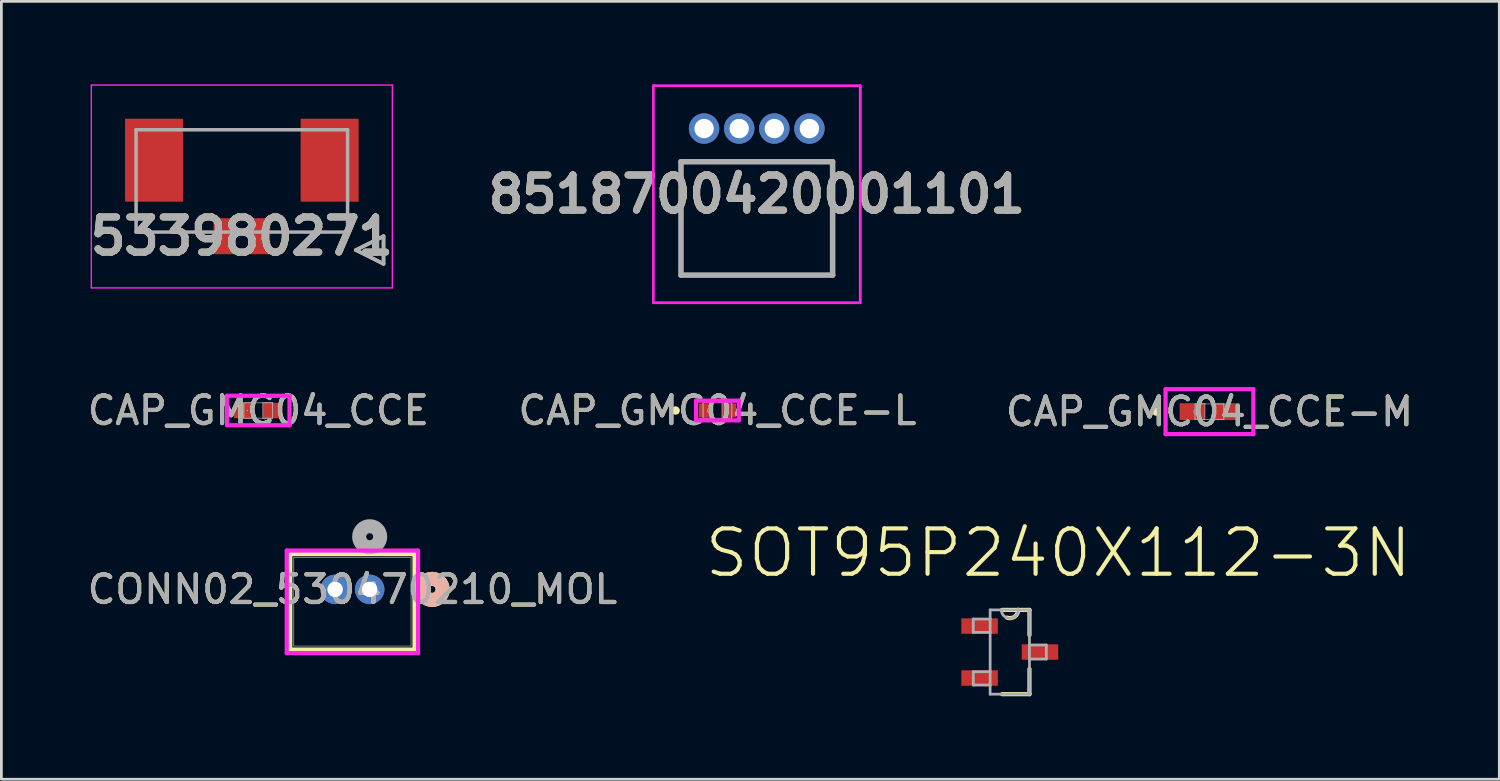
<source format=kicad_pcb>
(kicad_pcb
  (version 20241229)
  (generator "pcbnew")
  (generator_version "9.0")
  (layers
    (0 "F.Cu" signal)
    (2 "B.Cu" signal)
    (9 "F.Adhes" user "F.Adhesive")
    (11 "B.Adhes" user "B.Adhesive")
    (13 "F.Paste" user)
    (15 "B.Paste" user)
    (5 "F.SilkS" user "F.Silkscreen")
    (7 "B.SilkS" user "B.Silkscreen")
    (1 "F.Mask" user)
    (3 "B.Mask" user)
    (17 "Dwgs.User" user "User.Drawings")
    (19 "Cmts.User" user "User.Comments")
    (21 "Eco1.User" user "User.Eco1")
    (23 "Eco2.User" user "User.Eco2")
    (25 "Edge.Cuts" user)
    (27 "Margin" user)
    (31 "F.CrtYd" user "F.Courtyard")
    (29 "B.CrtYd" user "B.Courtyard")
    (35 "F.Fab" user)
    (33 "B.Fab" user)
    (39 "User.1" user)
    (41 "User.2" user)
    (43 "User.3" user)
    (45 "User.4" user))
  (footprint "CONN02_530470210_MOL"
    (layer "F.Cu")
    (at 10.321 18.268)
    (property "Reference" "CONN02_530470210_MOL" (at -0.625 0 0) (unlocked yes) (layer "F.SilkS") (effects (font (size 1 1) (thickness 0.15))))
    (attr through_hole)
    (fp_line (start -2.873 -1.277) (end -2.873 2.177) (stroke (width 0.152) (type solid)) (layer "F.SilkS"))
    (fp_line (start -2.873 2.177) (end 1.623 2.177) (stroke (width 0.152) (type solid)) (layer "F.SilkS"))
    (fp_line (start 1.623 -1.277) (end -2.873 -1.277) (stroke (width 0.152) (type solid)) (layer "F.SilkS"))
    (fp_line (start 1.623 2.177) (end 1.623 -1.277) (stroke (width 0.152) (type solid)) (layer "F.SilkS"))
    (fp_circle (center 2.258 0) (end 2.639 0) (stroke (width 0.508) (type solid)) (fill no) (layer "F.SilkS"))
    (fp_circle (center 2.258 0) (end 2.639 0) (stroke (width 0.508) (type solid)) (fill no) (layer "B.SilkS"))
    (fp_line (start -3 -1.404) (end -3 2.304) (stroke (width 0.152) (type solid)) (layer "F.CrtYd"))
    (fp_line (start -3 2.304) (end 1.75 2.304) (stroke (width 0.152) (type solid)) (layer "F.CrtYd"))
    (fp_line (start 1.75 -1.404) (end -3 -1.404) (stroke (width 0.152) (type solid)) (layer "F.CrtYd"))
    (fp_line (start 1.75 2.304) (end 1.75 -1.404) (stroke (width 0.152) (type solid)) (layer "F.CrtYd"))
    (fp_line (start -2.746 -1.15) (end -2.746 2.05) (stroke (width 0.025) (type solid)) (layer "F.Fab"))
    (fp_line (start -2.746 2.05) (end 1.496 2.05) (stroke (width 0.025) (type solid)) (layer "F.Fab"))
    (fp_line (start 1.496 -1.15) (end -2.746 -1.15) (stroke (width 0.025) (type solid)) (layer "F.Fab"))
    (fp_line (start 1.496 2.05) (end 1.496 -1.15) (stroke (width 0.025) (type solid)) (layer "F.Fab"))
    (fp_circle (center 0 -1.905) (end 0.381 -1.905) (stroke (width 0.508) (type solid)) (fill no) (layer "F.Fab"))
    (fp_text user "${REFERENCE}" (at -0.625 0 0) (unlocked yes) (layer "F.Fab") (effects (font (size 1 1) (thickness 0.15))))
    (pad "1" thru_hole circle (at 0 0) (size 1.067 1.067) (drill 0.559) (layers "*.Cu" "*.Mask"))
    (pad "2" thru_hole circle (at -1.25 0) (size 1.067 1.067) (drill 0.559) (layers "*.Cu" "*.Mask")))
  (footprint "CAP_GMC04_CCE-M"
    (layer "F.Cu")
    (at 40.696 11.839)
    (property "Reference" "CAP_GMC04_CCE-M" (at 0 0 0) (unlocked yes) (layer "F.SilkS") (effects (font (size 1 1) (thickness 0.15))))
    (attr smd)
    (fp_circle (center -1.918 0) (end -1.841 0) (stroke (width 0.152) (type solid)) (fill no) (layer "F.SilkS"))
    (fp_line (start -1.587 -0.813) (end 1.587 -0.813) (stroke (width 0.152) (type solid)) (layer "F.CrtYd"))
    (fp_line (start -1.587 0.813) (end -1.587 -0.813) (stroke (width 0.152) (type solid)) (layer "F.CrtYd"))
    (fp_line (start 1.587 -0.813) (end 1.587 0.813) (stroke (width 0.152) (type solid)) (layer "F.CrtYd"))
    (fp_line (start 1.587 0.813) (end -1.587 0.813) (stroke (width 0.152) (type solid)) (layer "F.CrtYd"))
    (fp_line (start -0.521 -0.279) (end -0.521 0.279) (stroke (width 0.025) (type solid)) (layer "F.Fab"))
    (fp_line (start -0.521 -0.279) (end -0.521 0.279) (stroke (width 0.025) (type solid)) (layer "F.Fab"))
    (fp_line (start -0.521 0.279) (end -0.165 0.279) (stroke (width 0.025) (type solid)) (layer "F.Fab"))
    (fp_line (start -0.521 0.279) (end 0.521 0.279) (stroke (width 0.025) (type solid)) (layer "F.Fab"))
    (fp_line (start -0.165 -0.279) (end -0.521 -0.279) (stroke (width 0.025) (type solid)) (layer "F.Fab"))
    (fp_line (start -0.165 0.279) (end -0.165 -0.279) (stroke (width 0.025) (type solid)) (layer "F.Fab"))
    (fp_line (start 0.165 -0.279) (end 0.165 0.279) (stroke (width 0.025) (type solid)) (layer "F.Fab"))
    (fp_line (start 0.165 0.279) (end 0.521 0.279) (stroke (width 0.025) (type solid)) (layer "F.Fab"))
    (fp_line (start 0.521 -0.279) (end -0.521 -0.279) (stroke (width 0.025) (type solid)) (layer "F.Fab"))
    (fp_line (start 0.521 -0.279) (end 0.165 -0.279) (stroke (width 0.025) (type solid)) (layer "F.Fab"))
    (fp_line (start 0.521 0.279) (end 0.521 -0.279) (stroke (width 0.025) (type solid)) (layer "F.Fab"))
    (fp_line (start 0.521 0.279) (end 0.521 -0.279) (stroke (width 0.025) (type solid)) (layer "F.Fab"))
    (fp_circle (center -0.495 0) (end -0.419 0) (stroke (width 0.025) (type solid)) (fill no) (layer "F.Fab"))
    (fp_text user "${REFERENCE}" (at 0 0 0) (unlocked yes) (layer "F.Fab") (effects (font (size 1 1) (thickness 0.15))))
    (pad "1" smd rect (at -0.622 0) (size 0.914 0.61) (layers "F.Cu" "F.Mask" "F.Paste"))
    (pad "2" smd rect (at 0.622 0) (size 0.914 0.61) (layers "F.Cu" "F.Mask" "F.Paste"))
    (zone (net_name "") (layer "F.Cu") (hatch full 0.508) (connect_pads) (min_thickness 0.254) (filled_areas_thickness no) (keepout (tracks not_allowed) (vias not_allowed) (pads allowed) (copperpour not_allowed) (footprints allowed)) (placement (enabled no)) (fill) (polygon (pts (xy 40.582 11.61) (xy 40.811 11.61) (xy 40.811 12.068) (xy 40.582 12.068)))))
  (footprint "SOT95P240X112-3N"
    (layer "F.Cu")
    (at 33.474 20.534)
    (property "Reference" "SOT95P240X112-3N" (at 1.753 -3.583 0) (layer "F.SilkS") (effects (font (size 1.641 1.641) (thickness 0.15))))
    (attr smd)
    (fp_line (start -0.279 1.524) (end 0.711 1.524) (stroke (width 0.152) (type solid)) (layer "F.SilkS"))
    (fp_line (start 0.305 -1.524) (end -0.279 -1.524) (stroke (width 0.152) (type solid)) (layer "F.SilkS"))
    (fp_line (start 0.711 -1.524) (end 0.305 -1.524) (stroke (width 0.152) (type solid)) (layer "F.SilkS"))
    (fp_line (start 0.711 -0.61) (end 0.711 -1.524) (stroke (width 0.152) (type solid)) (layer "F.SilkS"))
    (fp_line (start 0.711 1.524) (end 0.711 0.61) (stroke (width 0.152) (type solid)) (layer "F.SilkS"))
    (fp_arc (start 0.3048 -1.524) (mid 0.174323 -1.278521) (end -0.1016 -1.2446) (stroke (width 0.1524) (type solid)) (layer "F.SilkS"))
    (fp_line (start -1.321 -1.194) (end -1.321 -0.711) (stroke (width 0.1) (type solid)) (layer "F.Fab"))
    (fp_line (start -1.321 -0.711) (end -0.711 -0.711) (stroke (width 0.1) (type solid)) (layer "F.Fab"))
    (fp_line (start -1.321 0.711) (end -1.321 1.194) (stroke (width 0.1) (type solid)) (layer "F.Fab"))
    (fp_line (start -1.321 1.194) (end -0.711 1.194) (stroke (width 0.1) (type solid)) (layer "F.Fab"))
    (fp_line (start -0.711 -1.524) (end -0.711 -1.194) (stroke (width 0.1) (type solid)) (layer "F.Fab"))
    (fp_line (start -0.711 -1.194) (end -1.321 -1.194) (stroke (width 0.1) (type solid)) (layer "F.Fab"))
    (fp_line (start -0.711 -1.194) (end -0.711 -0.711) (stroke (width 0.1) (type solid)) (layer "F.Fab"))
    (fp_line (start -0.711 -0.711) (end -0.711 0.711) (stroke (width 0.1) (type solid)) (layer "F.Fab"))
    (fp_line (start -0.711 0.711) (end -1.321 0.711) (stroke (width 0.1) (type solid)) (layer "F.Fab"))
    (fp_line (start -0.711 1.194) (end -0.711 0.711) (stroke (width 0.1) (type solid)) (layer "F.Fab"))
    (fp_line (start -0.711 1.524) (end -0.711 1.194) (stroke (width 0.1) (type solid)) (layer "F.Fab"))
    (fp_line (start -0.711 1.524) (end 0.711 1.524) (stroke (width 0.1) (type solid)) (layer "F.Fab"))
    (fp_line (start -0.305 -1.524) (end -0.711 -1.524) (stroke (width 0.1) (type solid)) (layer "F.Fab"))
    (fp_line (start 0.305 -1.524) (end -0.305 -1.524) (stroke (width 0.1) (type solid)) (layer "F.Fab"))
    (fp_line (start 0.711 -1.524) (end 0.305 -1.524) (stroke (width 0.1) (type solid)) (layer "F.Fab"))
    (fp_line (start 0.711 -0.254) (end 0.711 -1.524) (stroke (width 0.1) (type solid)) (layer "F.Fab"))
    (fp_line (start 0.711 0.254) (end 0.711 -0.254) (stroke (width 0.1) (type solid)) (layer "F.Fab"))
    (fp_line (start 0.711 0.254) (end 1.321 0.254) (stroke (width 0.1) (type solid)) (layer "F.Fab"))
    (fp_line (start 0.711 1.524) (end 0.711 0.254) (stroke (width 0.1) (type solid)) (layer "F.Fab"))
    (fp_line (start 1.321 -0.254) (end 0.711 -0.254) (stroke (width 0.1) (type solid)) (layer "F.Fab"))
    (fp_line (start 1.321 0.254) (end 1.321 -0.254) (stroke (width 0.1) (type solid)) (layer "F.Fab"))
    (fp_arc (start 0.3048 -1.524) (mid 0 -1.2192) (end -0.3048 -1.524) (stroke (width 0.1) (type solid)) (layer "F.Fab"))
    (pad "1" smd rect (at -1.092 -0.94) (size 1.321 0.559) (layers "F.Cu" "F.Mask" "F.Paste"))
    (pad "2" smd rect (at -1.092 0.94) (size 1.321 0.559) (layers "F.Cu" "F.Mask" "F.Paste"))
    (pad "3" smd rect (at 1.092 0) (size 1.321 0.559) (layers "F.Cu" "F.Mask" "F.Paste")))
  (footprint "8518700420001101"
    (layer "F.Cu")
    (at 22.416 1.6)
    (property "Reference" "8518700420001101" (at 1.908 2.375 0) (layer "F.SilkS") (effects (font (size 1.27 1.27) (thickness 0.254))))
    (attr through_hole)
    (fp_line (start -0.835 1.2) (end 4.65 1.2) (stroke (width 0.1) (type solid)) (layer "F.SilkS"))
    (fp_line (start -0.835 5.3) (end -0.835 1.2) (stroke (width 0.1) (type solid)) (layer "F.SilkS"))
    (fp_line (start 4.65 1.2) (end 4.65 5.3) (stroke (width 0.1) (type solid)) (layer "F.SilkS"))
    (fp_line (start 4.65 5.3) (end -0.835 5.3) (stroke (width 0.1) (type solid)) (layer "F.SilkS"))
    (fp_line (start -1.835 -1.55) (end 5.65 -1.55) (stroke (width 0.1) (type solid)) (layer "F.CrtYd"))
    (fp_line (start -1.835 6.3) (end -1.835 -1.55) (stroke (width 0.1) (type solid)) (layer "F.CrtYd"))
    (fp_line (start 5.65 -1.55) (end 5.65 6.3) (stroke (width 0.1) (type solid)) (layer "F.CrtYd"))
    (fp_line (start 5.65 6.3) (end -1.835 6.3) (stroke (width 0.1) (type solid)) (layer "F.CrtYd"))
    (fp_line (start -0.835 1.2) (end -0.835 5.3) (stroke (width 0.2) (type solid)) (layer "F.Fab"))
    (fp_line (start -0.835 5.3) (end 4.65 5.3) (stroke (width 0.2) (type solid)) (layer "F.Fab"))
    (fp_line (start 4.65 1.2) (end -0.835 1.2) (stroke (width 0.2) (type solid)) (layer "F.Fab"))
    (fp_line (start 4.65 5.3) (end 4.65 1.2) (stroke (width 0.2) (type solid)) (layer "F.Fab"))
    (fp_text user "${REFERENCE}" (at 1.908 2.375 0) (layer "F.Fab") (effects (font (size 1.27 1.27) (thickness 0.254))))
    (pad "1" thru_hole circle (at 0 0) (size 1.1 1.1) (drill 0.7) (layers "*.Cu" "*.Mask"))
    (pad "2" thru_hole circle (at 1.27 0) (size 1.1 1.1) (drill 0.7) (layers "*.Cu" "*.Mask"))
    (pad "3" thru_hole circle (at 2.54 0) (size 1.1 1.1) (drill 0.7) (layers "*.Cu" "*.Mask"))
    (pad "4" thru_hole circle (at 3.81 0) (size 1.1 1.1) (drill 0.7) (layers "*.Cu" "*.Mask")))
  (footprint "CAP_GMC04_CCE"
    (layer "F.Cu")
    (at 6.292 11.798)
    (property "Reference" "CAP_GMC04_CCE" (at 0 0 0) (unlocked yes) (layer "F.SilkS") (effects (font (size 1 1) (thickness 0.15))))
    (attr smd)
    (fp_line (start -1.13 -0.533) (end 1.13 -0.533) (stroke (width 0.152) (type solid)) (layer "F.CrtYd"))
    (fp_line (start -1.13 0.533) (end -1.13 -0.533) (stroke (width 0.152) (type solid)) (layer "F.CrtYd"))
    (fp_line (start 1.13 -0.533) (end 1.13 0.533) (stroke (width 0.152) (type solid)) (layer "F.CrtYd"))
    (fp_line (start 1.13 0.533) (end -1.13 0.533) (stroke (width 0.152) (type solid)) (layer "F.CrtYd"))
    (fp_line (start -0.521 -0.279) (end -0.521 0.279) (stroke (width 0.025) (type solid)) (layer "F.Fab"))
    (fp_line (start -0.521 -0.279) (end -0.521 0.279) (stroke (width 0.025) (type solid)) (layer "F.Fab"))
    (fp_line (start -0.521 0.279) (end -0.165 0.279) (stroke (width 0.025) (type solid)) (layer "F.Fab"))
    (fp_line (start -0.521 0.279) (end 0.521 0.279) (stroke (width 0.025) (type solid)) (layer "F.Fab"))
    (fp_line (start -0.165 -0.279) (end -0.521 -0.279) (stroke (width 0.025) (type solid)) (layer "F.Fab"))
    (fp_line (start -0.165 0.279) (end -0.165 -0.279) (stroke (width 0.025) (type solid)) (layer "F.Fab"))
    (fp_line (start 0.165 -0.279) (end 0.165 0.279) (stroke (width 0.025) (type solid)) (layer "F.Fab"))
    (fp_line (start 0.165 0.279) (end 0.521 0.279) (stroke (width 0.025) (type solid)) (layer "F.Fab"))
    (fp_line (start 0.521 -0.279) (end -0.521 -0.279) (stroke (width 0.025) (type solid)) (layer "F.Fab"))
    (fp_line (start 0.521 -0.279) (end 0.165 -0.279) (stroke (width 0.025) (type solid)) (layer "F.Fab"))
    (fp_line (start 0.521 0.279) (end 0.521 -0.279) (stroke (width 0.025) (type solid)) (layer "F.Fab"))
    (fp_line (start 0.521 0.279) (end 0.521 -0.279) (stroke (width 0.025) (type solid)) (layer "F.Fab"))
    (fp_circle (center -0.394 0) (end -0.394 0) (stroke (width 0.025) (type solid)) (fill no) (layer "F.Fab"))
    (fp_text user "${REFERENCE}" (at 0 0 0) (unlocked yes) (layer "F.Fab") (effects (font (size 1 1) (thickness 0.15))))
    (pad "1" smd rect (at -0.521 0) (size 0.711 0.559) (layers "F.Cu" "F.Mask" "F.Paste"))
    (pad "2" smd rect (at 0.521 0) (size 0.711 0.559) (layers "F.Cu" "F.Mask" "F.Paste"))
    (zone (net_name "") (layer "F.Cu") (hatch full 0.508) (connect_pads) (min_thickness 0.254) (filled_areas_thickness no) (keepout (tracks not_allowed) (vias not_allowed) (pads allowed) (copperpour not_allowed) (footprints allowed)) (placement (enabled no)) (fill) (polygon (pts (xy 6.177 11.57) (xy 6.406 11.57) (xy 6.406 12.027) (xy 6.177 12.027)))))
  (footprint "CAP_GMC04_CCE-L"
    (layer "F.Cu")
    (at 22.899 11.798)
    (property "Reference" "CAP_GMC04_CCE-L" (at 0 0 0) (unlocked yes) (layer "F.SilkS") (effects (font (size 1 1) (thickness 0.15))))
    (attr smd)
    (fp_circle (center -1.511 0) (end -1.435 0) (stroke (width 0.152) (type solid)) (fill no) (layer "F.SilkS"))
    (fp_line (start -0.775 -0.356) (end 0.775 -0.356) (stroke (width 0.152) (type solid)) (layer "F.CrtYd"))
    (fp_line (start -0.775 0.356) (end -0.775 -0.356) (stroke (width 0.152) (type solid)) (layer "F.CrtYd"))
    (fp_line (start 0.775 -0.356) (end 0.775 0.356) (stroke (width 0.152) (type solid)) (layer "F.CrtYd"))
    (fp_line (start 0.775 0.356) (end -0.775 0.356) (stroke (width 0.152) (type solid)) (layer "F.CrtYd"))
    (fp_line (start -0.521 -0.279) (end -0.521 0.279) (stroke (width 0.025) (type solid)) (layer "F.Fab"))
    (fp_line (start -0.521 -0.279) (end -0.521 0.279) (stroke (width 0.025) (type solid)) (layer "F.Fab"))
    (fp_line (start -0.521 0.279) (end -0.165 0.279) (stroke (width 0.025) (type solid)) (layer "F.Fab"))
    (fp_line (start -0.521 0.279) (end 0.521 0.279) (stroke (width 0.025) (type solid)) (layer "F.Fab"))
    (fp_line (start -0.165 -0.279) (end -0.521 -0.279) (stroke (width 0.025) (type solid)) (layer "F.Fab"))
    (fp_line (start -0.165 0.279) (end -0.165 -0.279) (stroke (width 0.025) (type solid)) (layer "F.Fab"))
    (fp_line (start 0.165 -0.279) (end 0.165 0.279) (stroke (width 0.025) (type solid)) (layer "F.Fab"))
    (fp_line (start 0.165 0.279) (end 0.521 0.279) (stroke (width 0.025) (type solid)) (layer "F.Fab"))
    (fp_line (start 0.521 -0.279) (end -0.521 -0.279) (stroke (width 0.025) (type solid)) (layer "F.Fab"))
    (fp_line (start 0.521 -0.279) (end 0.165 -0.279) (stroke (width 0.025) (type solid)) (layer "F.Fab"))
    (fp_line (start 0.521 0.279) (end 0.521 -0.279) (stroke (width 0.025) (type solid)) (layer "F.Fab"))
    (fp_line (start 0.521 0.279) (end 0.521 -0.279) (stroke (width 0.025) (type solid)) (layer "F.Fab"))
    (fp_circle (center -0.292 0) (end -0.216 0) (stroke (width 0.025) (type solid)) (fill no) (layer "F.Fab"))
    (fp_text user "${REFERENCE}" (at 0 0 0) (unlocked yes) (layer "F.Fab") (effects (font (size 1 1) (thickness 0.15))))
    (pad "1" smd rect (at -0.419 0) (size 0.508 0.508) (layers "F.Cu" "F.Mask" "F.Paste"))
    (pad "2" smd rect (at 0.419 0) (size 0.508 0.508) (layers "F.Cu" "F.Mask" "F.Paste"))
    (zone (net_name "") (layer "F.Cu") (hatch full 0.508) (connect_pads) (min_thickness 0.254) (filled_areas_thickness no) (keepout (tracks not_allowed) (vias not_allowed) (pads allowed) (copperpour not_allowed) (footprints allowed)) (placement (enabled no)) (fill) (polygon (pts (xy 22.785 11.57) (xy 23.013 11.57) (xy 23.013 12.027) (xy 22.785 12.027)))))
  (footprint "533980271"
    (layer "F.Cu")
    (at 5.697 5.494)
    (property "Reference" "533980271" (at 0 0 0) (layer "F.SilkS") (effects (font (size 1.27 1.27) (thickness 0.254))))
    (attr smd)
    (fp_line (start 4.125 0.5) (end 5.125 0) (stroke (width 0.127) (type solid)) (layer "F.SilkS"))
    (fp_line (start 5.125 0) (end 5.125 1) (stroke (width 0.127) (type solid)) (layer "F.SilkS"))
    (fp_line (start 5.125 1) (end 4.125 0.5) (stroke (width 0.127) (type solid)) (layer "F.SilkS"))
    (fp_line (start -5.444 -5.469) (end 5.444 -5.469) (stroke (width 0.05) (type solid)) (layer "F.CrtYd"))
    (fp_line (start -5.444 1.869) (end -5.444 -5.469) (stroke (width 0.05) (type solid)) (layer "F.CrtYd"))
    (fp_line (start 5.444 -5.469) (end 5.444 1.869) (stroke (width 0.05) (type solid)) (layer "F.CrtYd"))
    (fp_line (start 5.444 1.869) (end -5.444 1.869) (stroke (width 0.05) (type solid)) (layer "F.CrtYd"))
    (fp_line (start -3.825 -3.85) (end 3.825 -3.85) (stroke (width 0.127) (type solid)) (layer "F.Fab"))
    (fp_line (start -3.825 -0.15) (end -3.825 -3.85) (stroke (width 0.127) (type solid)) (layer "F.Fab"))
    (fp_line (start 3.825 -3.85) (end 3.825 -0.15) (stroke (width 0.127) (type solid)) (layer "F.Fab"))
    (fp_line (start 3.825 -0.15) (end -3.825 -0.15) (stroke (width 0.127) (type solid)) (layer "F.Fab"))
    (fp_line (start 4.125 0.5) (end 5.125 0) (stroke (width 0.127) (type solid)) (layer "F.Fab"))
    (fp_line (start 5.125 0) (end 5.125 1) (stroke (width 0.127) (type solid)) (layer "F.Fab"))
    (fp_line (start 5.125 1) (end 4.125 0.5) (stroke (width 0.127) (type solid)) (layer "F.Fab"))
    (fp_text user "${REFERENCE}" (at 0 0 0) (layer "F.Fab") (effects (font (size 1.27 1.27) (thickness 0.254))))
    (pad "1" smd rect (at 0.625 0) (size 0.8 1.3) (layers "F.Cu" "F.Mask" "F.Paste"))
    (pad "2" smd rect (at -0.625 0) (size 0.8 1.3) (layers "F.Cu" "F.Mask" "F.Paste"))
    (pad "3" smd rect (at 3.175 -2.75) (size 2.1 3) (layers "F.Cu" "F.Mask" "F.Paste"))
    (pad "4" smd rect (at -3.175 -2.75) (size 2.1 3) (layers "F.Cu" "F.Mask" "F.Paste")))
  (gr_rect
    (start -3 -3)
    (end 51.179 25.134)
    (stroke (width 0.1) (type default))
    (fill no)
    (layer "Edge.Cuts")))
</source>
